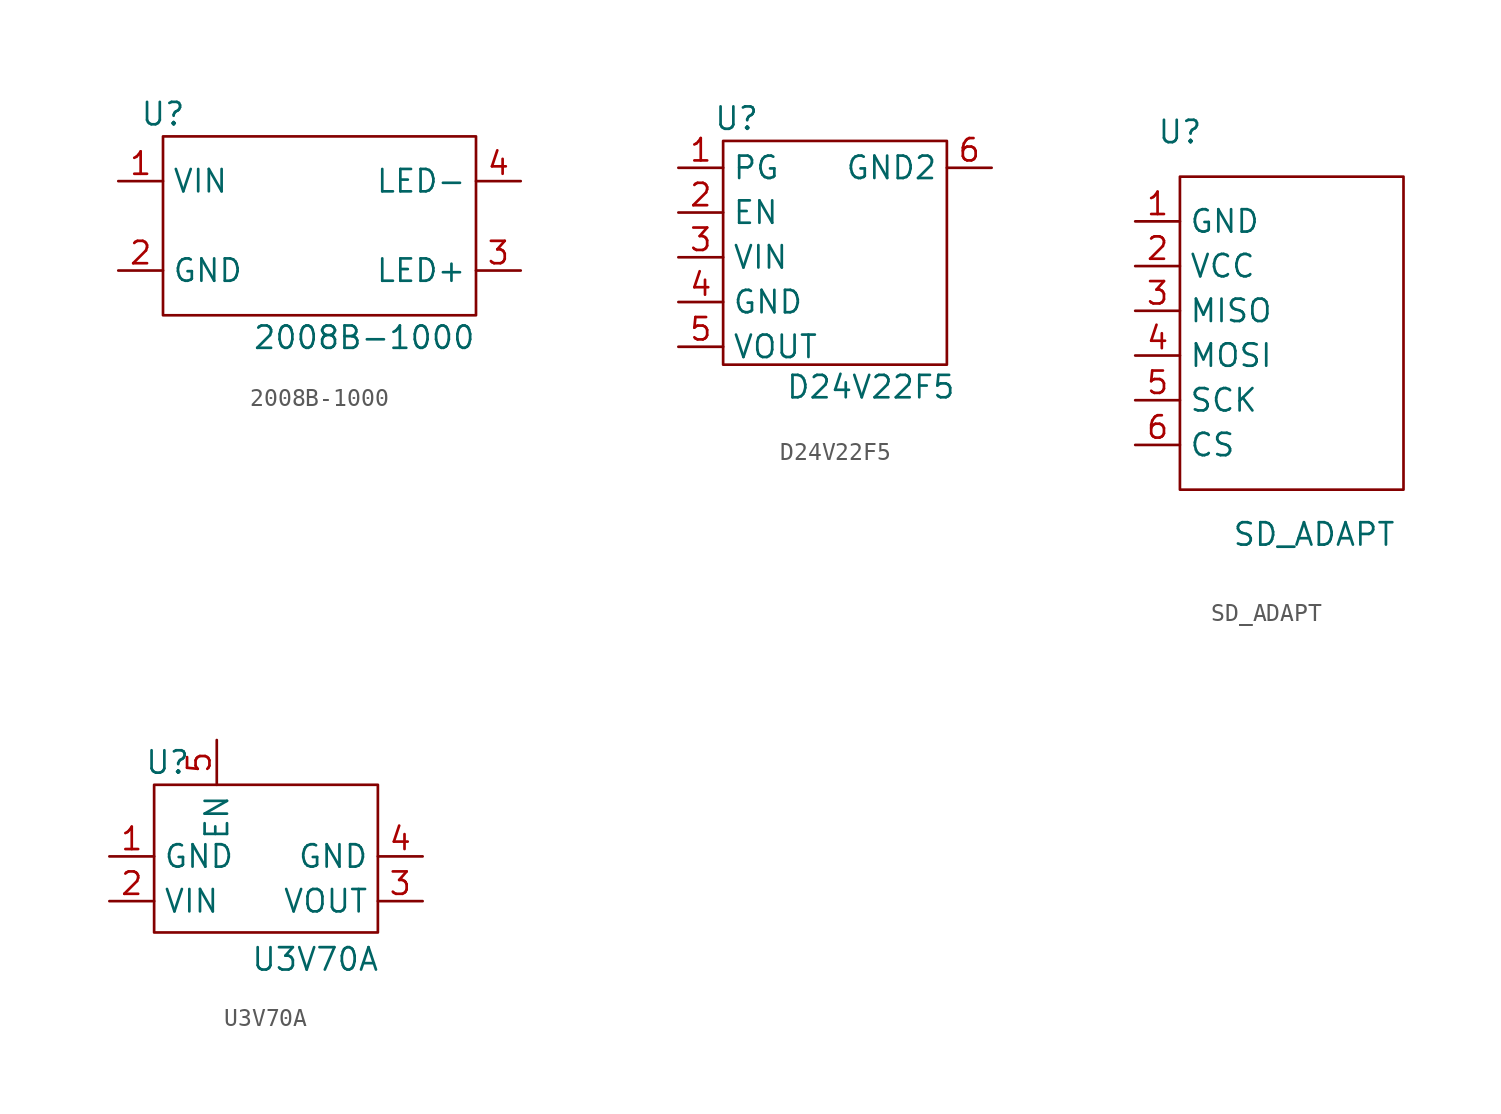
<source format=kicad_sym>
(kicad_symbol_lib
  (version 20211014)
  (generator kicad_symbol_editor)
  (symbol "2008B-1000"
    (property "Reference" "U"
      (at -8.89 6.35 0)
      (effects (font (size 1.27 1.27))))
    (property "Value" "2008B-1000"
      (at 2.54 -6.35 0)
      (effects (font (size 1.27 1.27))))
    (symbol "2008B-1000_0_1"
      (rectangle (start -8.89 5.08) (end 8.89 -5.08) (stroke (width 0) (type default) (color 0 0 0 0)) (fill (type none))))
    (symbol "2008B-1000_1_1"
      (pin input line (at -11.43 2.54 0) (length 2.54) (name "VIN" (effects (font (size 1.27 1.27)))) (number "1" (effects (font (size 1.27 1.27)))))
      (pin input line (at -11.43 -2.54 0) (length 2.54) (name "GND" (effects (font (size 1.27 1.27)))) (number "2" (effects (font (size 1.27 1.27)))))
      (pin input line (at 11.43 -2.54 180) (length 2.54) (name "LED+" (effects (font (size 1.27 1.27)))) (number "3" (effects (font (size 1.27 1.27)))))
      (pin input line (at 11.43 2.54 180) (length 2.54) (name "LED-" (effects (font (size 1.27 1.27)))) (number "4" (effects (font (size 1.27 1.27)))))))
  (symbol "D24V22F5"
    (property "Reference" "U"
      (at -5.588 7.874 0)
      (effects (font (size 1.27 1.27))))
    (property "Value" "D24V22F5"
      (at 2.032 -7.366 0)
      (effects (font (size 1.27 1.27))))
    (symbol "D24V22F5_0_1"
      (rectangle (start -6.35 6.604) (end 6.35 -6.096) (stroke (width 0) (type default) (color 0 0 0 0)) (fill (type none))))
    (symbol "D24V22F5_1_1"
      (pin input line (at -8.89 5.08 0) (length 2.54) (name "PG" (effects (font (size 1.27 1.27)))) (number "1" (effects (font (size 1.27 1.27)))))
      (pin input line (at -8.89 2.54 0) (length 2.54) (name "EN" (effects (font (size 1.27 1.27)))) (number "2" (effects (font (size 1.27 1.27)))))
      (pin input line (at -8.89 0 0) (length 2.54) (name "VIN" (effects (font (size 1.27 1.27)))) (number "3" (effects (font (size 1.27 1.27)))))
      (pin input line (at -8.89 -2.54 0) (length 2.54) (name "GND" (effects (font (size 1.27 1.27)))) (number "4" (effects (font (size 1.27 1.27)))))
      (pin output line (at -8.89 -5.08 0) (length 2.54) (name "VOUT" (effects (font (size 1.27 1.27)))) (number "5" (effects (font (size 1.27 1.27)))))
      (pin input line (at 8.89 5.08 180) (length 2.54) (name "GND2" (effects (font (size 1.27 1.27)))) (number "6" (effects (font (size 1.27 1.27)))))))
  (symbol "SD_ADAPT"
    (property "Reference" "U"
      (at -5.08 10.16 0)
      (effects (font (size 1.27 1.27))))
    (property "Value" "SD_ADAPT"
      (at 2.54 -12.7 0)
      (effects (font (size 1.27 1.27))))
    (symbol "SD_ADAPT_0_1"
      (rectangle (start -5.08 7.62) (end 7.62 -10.16) (stroke (width 0) (type default) (color 0 0 0 0)) (fill (type none))))
    (symbol "SD_ADAPT_1_1"
      (pin input line (at -7.62 5.08 0) (length 2.54) (name "GND" (effects (font (size 1.27 1.27)))) (number "1" (effects (font (size 1.27 1.27)))))
      (pin input line (at -7.62 2.54 0) (length 2.54) (name "VCC" (effects (font (size 1.27 1.27)))) (number "2" (effects (font (size 1.27 1.27)))))
      (pin input line (at -7.62 0 0) (length 2.54) (name "MISO" (effects (font (size 1.27 1.27)))) (number "3" (effects (font (size 1.27 1.27)))))
      (pin input line (at -7.62 -2.54 0) (length 2.54) (name "MOSI" (effects (font (size 1.27 1.27)))) (number "4" (effects (font (size 1.27 1.27)))))
      (pin input line (at -7.62 -5.08 0) (length 2.54) (name "SCK" (effects (font (size 1.27 1.27)))) (number "5" (effects (font (size 1.27 1.27)))))
      (pin input line (at -7.62 -7.62 0) (length 2.54) (name "CS" (effects (font (size 1.27 1.27)))) (number "6" (effects (font (size 1.27 1.27)))))))
  (symbol "U3V70A"
    (property "Reference" "U"
      (at -5.588 6.604 0)
      (effects (font (size 1.27 1.27))))
    (property "Value" "U3V70A"
      (at 2.794 -4.572 0)
      (effects (font (size 1.27 1.27))))
    (symbol "U3V70A_0_1"
      (rectangle (start -6.35 5.334) (end 6.35 -3.048) (stroke (width 0) (type default) (color 0 0 0 0)) (fill (type none))))
    (symbol "U3V70A_1_1"
      (pin input line (at -8.89 1.27 0) (length 2.54) (name "GND" (effects (font (size 1.27 1.27)))) (number "1" (effects (font (size 1.27 1.27)))))
      (pin input line (at -8.89 -1.27 0) (length 2.54) (name "VIN" (effects (font (size 1.27 1.27)))) (number "2" (effects (font (size 1.27 1.27)))))
      (pin output line (at 8.89 -1.27 180) (length 2.54) (name "VOUT" (effects (font (size 1.27 1.27)))) (number "3" (effects (font (size 1.27 1.27)))))
      (pin output line (at 8.89 1.27 180) (length 2.54) (name "GND" (effects (font (size 1.27 1.27)))) (number "4" (effects (font (size 1.27 1.27)))))
      (pin input line (at -2.794 7.874 270) (length 2.54) (name "EN" (effects (font (size 1.27 1.27)))) (number "5" (effects (font (size 1.27 1.27))))))))
</source>
